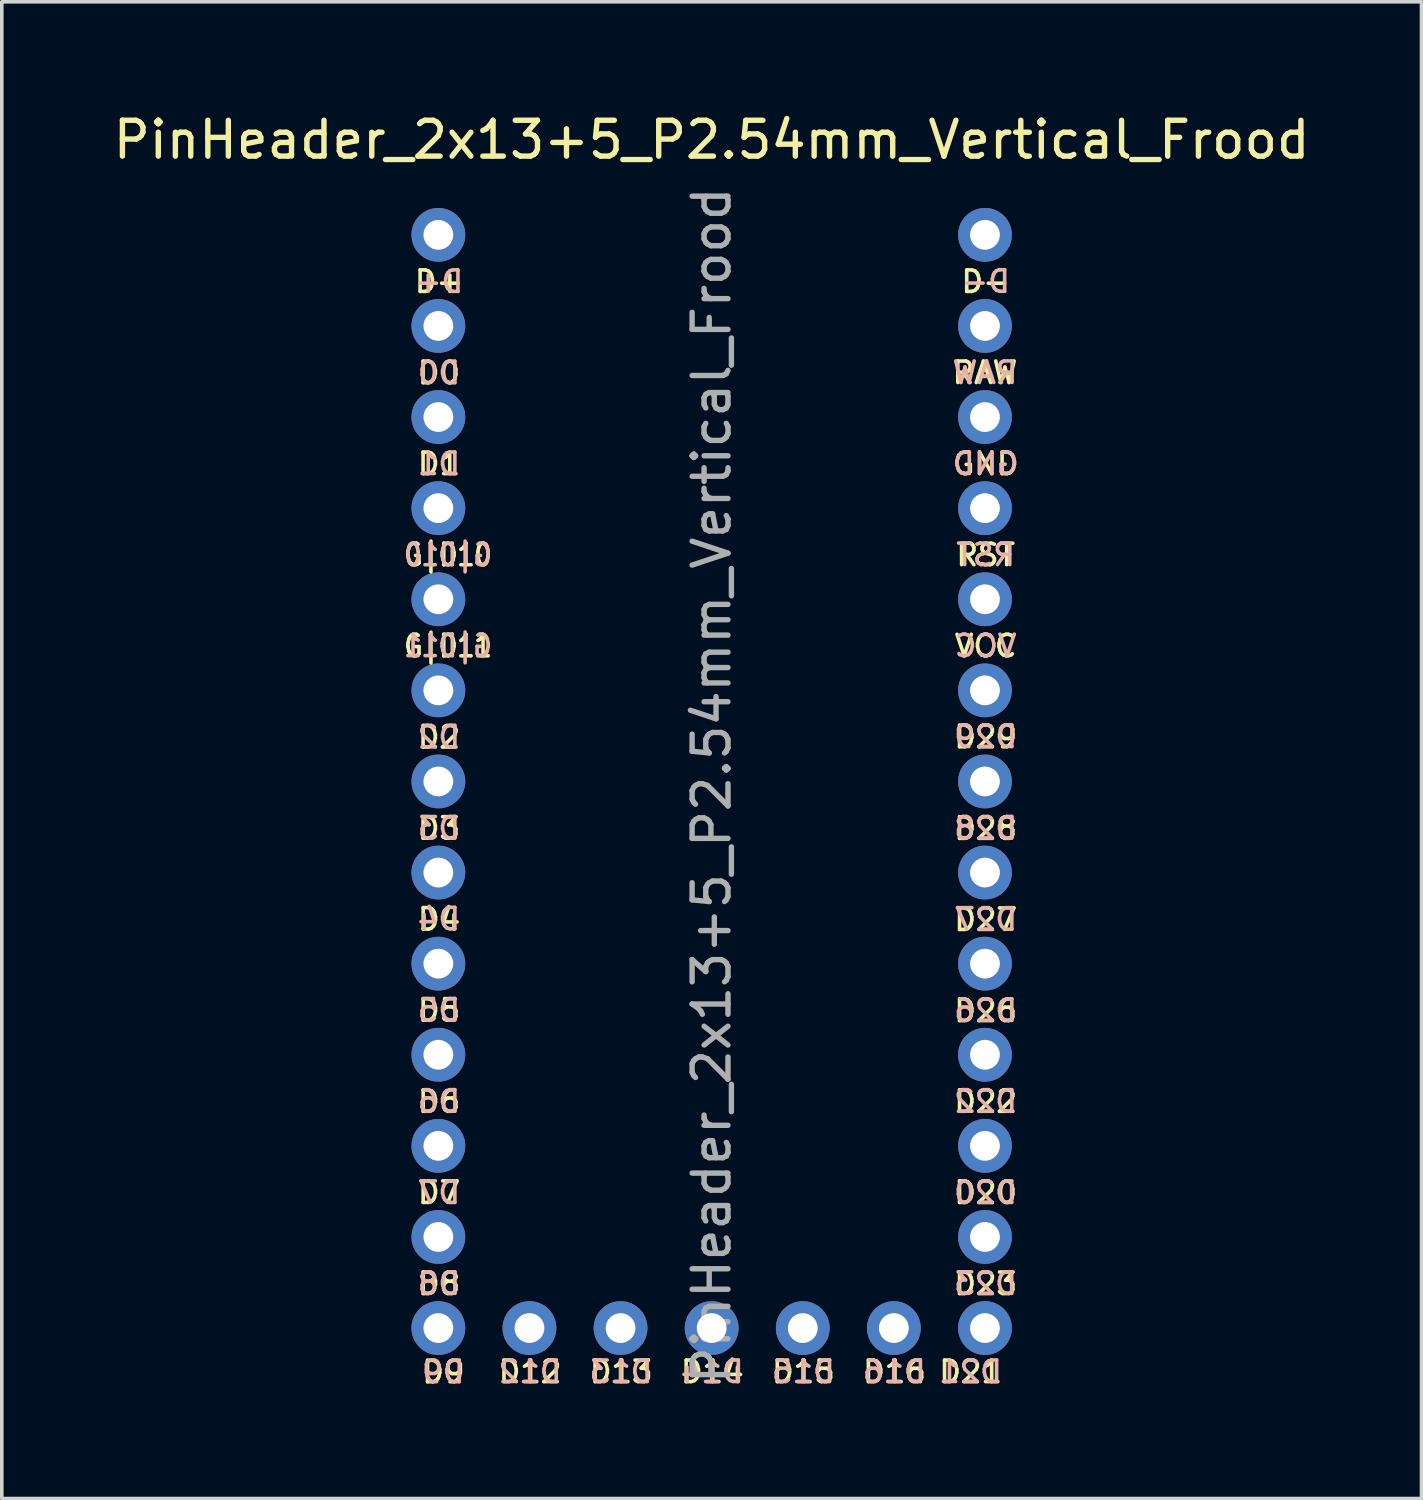
<source format=kicad_pcb>
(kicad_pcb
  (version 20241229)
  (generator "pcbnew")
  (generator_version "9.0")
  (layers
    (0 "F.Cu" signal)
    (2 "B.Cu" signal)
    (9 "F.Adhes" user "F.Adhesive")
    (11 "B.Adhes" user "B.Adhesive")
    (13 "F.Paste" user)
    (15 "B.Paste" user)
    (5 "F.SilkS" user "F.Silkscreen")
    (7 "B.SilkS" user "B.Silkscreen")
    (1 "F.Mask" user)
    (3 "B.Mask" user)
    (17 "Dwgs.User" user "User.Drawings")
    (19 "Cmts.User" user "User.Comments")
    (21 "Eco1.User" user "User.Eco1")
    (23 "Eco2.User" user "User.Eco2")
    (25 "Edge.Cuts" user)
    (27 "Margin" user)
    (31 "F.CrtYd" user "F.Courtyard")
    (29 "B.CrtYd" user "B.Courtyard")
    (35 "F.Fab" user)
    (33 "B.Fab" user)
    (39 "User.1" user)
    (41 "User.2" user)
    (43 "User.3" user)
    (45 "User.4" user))
  (footprint "PinHeader_2x13+5_P2.54mm_Vertical_Frood"
    (layer "F.Cu")
    (at 16.792 3.498)
    (property "Reference" "PinHeader_2x13+5_P2.54mm_Vertical_Frood" (at 0 -2.65 0) (layer "F.SilkS") (effects (font (size 1 1) (thickness 0.15))))
    (attr through_hole exclude_from_pos_files exclude_from_bom)
    (fp_text user "D15" (at 2.558 31.7 0) (layer "F.SilkS") (effects (font (size 0.6 0.6) (thickness 0.1))))
    (fp_text user "D1" (at -7.603 6.384 0) (layer "F.SilkS") (effects (font (size 0.6 0.6) (thickness 0.1))))
    (fp_text user "D16" (at 5.098 31.7 0) (layer "F.SilkS") (effects (font (size 0.6 0.6) (thickness 0.1))))
    (fp_text user "D26" (at 7.64 21.633 0) (layer "F.SilkS") (effects (font (size 0.6 0.6) (thickness 0.1))))
    (fp_text user "D4" (at -7.6 19.084 0) (layer "F.SilkS") (effects (font (size 0.6 0.6) (thickness 0.1))))
    (fp_text user "D6" (at -7.6 24.164 0) (layer "F.SilkS") (effects (font (size 0.6 0.6) (thickness 0.1))))
    (fp_text user "D3" (at -7.603 16.549 0) (layer "F.SilkS") (effects (font (size 0.6 0.6) (thickness 0.1))))
    (fp_text user "RAW" (at 7.62 3.844 0) (layer "F.SilkS") (effects (font (size 0.6 0.6) (thickness 0.1))))
    (fp_text user "D21" (at 7.221 31.7 0) (layer "F.SilkS") (effects (font (size 0.6 0.6) (thickness 0.1))))
    (fp_text user "D22" (at 7.64 24.164 0) (layer "F.SilkS") (effects (font (size 0.6 0.6) (thickness 0.1))))
    (fp_text user "D12" (at -5.062 31.7 0) (layer "F.SilkS") (effects (font (size 0.6 0.6) (thickness 0.1))))
    (fp_text user "D29" (at 7.64 13.999 0) (layer "F.SilkS") (effects (font (size 0.6 0.6) (thickness 0.1))))
    (fp_text user "D2" (at -7.603 14.007 0) (layer "F.SilkS") (effects (font (size 0.6 0.6) (thickness 0.1))))
    (fp_text user "D28" (at 7.64 16.553 0) (layer "F.SilkS") (effects (font (size 0.6 0.6) (thickness 0.1))))
    (fp_text user "D7" (at -7.6 26.704 0) (layer "F.SilkS") (effects (font (size 0.6 0.6) (thickness 0.1))))
    (fp_text user "D5" (at -7.6 21.624 0) (layer "F.SilkS") (effects (font (size 0.6 0.6) (thickness 0.1))))
    (fp_text user "D-" (at 7.64 1.304 0) (layer "F.SilkS") (effects (font (size 0.6 0.6) (thickness 0.1))))
    (fp_text user "G|D11" (at -7.35 11.464 0) (layer "F.SilkS") (effects (font (size 0.6 0.5) (thickness 0.1))))
    (fp_text user "VCC" (at 7.64 11.464 0) (layer "F.SilkS") (effects (font (size 0.6 0.6) (thickness 0.1))))
    (fp_text user "D27" (at 7.64 19.093 0) (layer "F.SilkS") (effects (font (size 0.6 0.6) (thickness 0.1))))
    (fp_text user "D13" (at -2.522 31.7 0) (layer "F.SilkS") (effects (font (size 0.6 0.6) (thickness 0.1))))
    (fp_text user "D8" (at -7.6 29.244 0) (layer "F.SilkS") (effects (font (size 0.6 0.6) (thickness 0.1))))
    (fp_text user "D14" (at 0.018 31.7 0) (layer "F.SilkS") (effects (font (size 0.6 0.6) (thickness 0.1))))
    (fp_text user "RST" (at 7.64 8.924 0) (layer "F.SilkS") (effects (font (size 0.6 0.6) (thickness 0.1))))
    (fp_text user "G|D10" (at -7.35 8.924 0) (layer "F.SilkS") (effects (font (size 0.6 0.5) (thickness 0.1))))
    (fp_text user "GND" (at 7.64 6.384 0) (layer "F.SilkS") (effects (font (size 0.6 0.6) (thickness 0.1))))
    (fp_text user "D+" (at -7.6 1.304 0) (layer "F.SilkS") (effects (font (size 0.6 0.6) (thickness 0.1))))
    (fp_text user "D9" (at -7.479 31.705 0) (layer "F.SilkS") (effects (font (size 0.6 0.6) (thickness 0.1))))
    (fp_text user "D23" (at 7.64 29.244 0) (layer "F.SilkS") (effects (font (size 0.6 0.6) (thickness 0.1))))
    (fp_text user "D20" (at 7.64 26.704 0) (layer "F.SilkS") (effects (font (size 0.6 0.6) (thickness 0.1))))
    (fp_text user "D0" (at -7.603 3.849 0) (layer "F.SilkS") (effects (font (size 0.6 0.6) (thickness 0.1))))
    (fp_text user "D1" (at -7.603 6.381 0) (layer "B.SilkS") (effects (font (size 0.6 0.6) (thickness 0.1)) (justify mirror)))
    (fp_text user "D4" (at -7.603 19.077 0) (layer "B.SilkS") (effects (font (size 0.6 0.6) (thickness 0.1)) (justify mirror)))
    (fp_text user "D14" (at 0.014 31.697 0) (layer "B.SilkS") (effects (font (size 0.6 0.6) (thickness 0.1)) (justify mirror)))
    (fp_text user "VCC" (at 7.638 11.46 0) (layer "B.SilkS") (effects (font (size 0.6 0.6) (thickness 0.1)) (justify mirror)))
    (fp_text user "D28" (at 7.64 16.544 0) (layer "B.SilkS") (effects (font (size 0.6 0.6) (thickness 0.1)) (justify mirror)))
    (fp_text user "D27" (at 7.64 19.086 0) (layer "B.SilkS") (effects (font (size 0.6 0.6) (thickness 0.1)) (justify mirror)))
    (fp_text user "D22" (at 7.638 24.161 0) (layer "B.SilkS") (effects (font (size 0.6 0.6) (thickness 0.1)) (justify mirror)))
    (fp_text user "D16" (at 5.091 31.697 0) (layer "B.SilkS") (effects (font (size 0.6 0.6) (thickness 0.1)) (justify mirror)))
    (fp_text user "D5" (at -7.603 21.619 0) (layer "B.SilkS") (effects (font (size 0.6 0.6) (thickness 0.1)) (justify mirror)))
    (fp_text user "G|D10" (at -7.35 8.924 0) (layer "B.SilkS") (effects (font (size 0.6 0.5) (thickness 0.1)) (justify mirror)))
    (fp_text user "D21" (at 7.216 31.697 0) (layer "B.SilkS") (effects (font (size 0.6 0.6) (thickness 0.1)) (justify mirror)))
    (fp_text user "D12" (at -5.062 31.697 0) (layer "B.SilkS") (effects (font (size 0.6 0.6) (thickness 0.1)) (justify mirror)))
    (fp_text user "G|D11" (at -7.35 11.458 0) (layer "B.SilkS") (effects (font (size 0.6 0.5) (thickness 0.1)) (justify mirror)))
    (fp_text user "RAW" (at 7.62 3.842 0) (layer "B.SilkS") (effects (font (size 0.6 0.6) (thickness 0.1)) (justify mirror)))
    (fp_text user "D8" (at -7.603 29.238 0) (layer "B.SilkS") (effects (font (size 0.6 0.6) (thickness 0.1)) (justify mirror)))
    (fp_text user "D23" (at 7.635 29.238 0) (layer "B.SilkS") (effects (font (size 0.6 0.6) (thickness 0.1)) (justify mirror)))
    (fp_text user "D0" (at -7.603 3.849 0) (layer "B.SilkS") (effects (font (size 0.6 0.6) (thickness 0.1)) (justify mirror)))
    (fp_text user "D7" (at -7.603 26.704 0) (layer "B.SilkS") (effects (font (size 0.6 0.6) (thickness 0.1)) (justify mirror)))
    (fp_text user "D-" (at 7.64 1.3 0) (layer "B.SilkS") (effects (font (size 0.6 0.6) (thickness 0.1)) (justify mirror)))
    (fp_text user "GND" (at 7.64 6.378 0) (layer "B.SilkS") (effects (font (size 0.6 0.6) (thickness 0.1)) (justify mirror)))
    (fp_text user "D2" (at -7.603 14.004 0) (layer "B.SilkS") (effects (font (size 0.6 0.6) (thickness 0.1)) (justify mirror)))
    (fp_text user "D20" (at 7.635 26.704 0) (layer "B.SilkS") (effects (font (size 0.6 0.6) (thickness 0.1)) (justify mirror)))
    (fp_text user "D6" (at -7.603 24.161 0) (layer "B.SilkS") (effects (font (size 0.6 0.6) (thickness 0.1)) (justify mirror)))
    (fp_text user "D13" (at -2.528 31.697 0) (layer "B.SilkS") (effects (font (size 0.6 0.6) (thickness 0.1)) (justify mirror)))
    (fp_text user "D15" (at 2.557 31.697 0) (layer "B.SilkS") (effects (font (size 0.6 0.6) (thickness 0.1)) (justify mirror)))
    (fp_text user "D26" (at 7.64 21.628 0) (layer "B.SilkS") (effects (font (size 0.6 0.6) (thickness 0.1)) (justify mirror)))
    (fp_text user "D+" (at -7.603 1.303 0) (layer "B.SilkS") (effects (font (size 0.6 0.6) (thickness 0.1)) (justify mirror)))
    (fp_text user "D29" (at 7.64 13.992 0) (layer "B.SilkS") (effects (font (size 0.6 0.6) (thickness 0.1)) (justify mirror)))
    (fp_text user "D9" (at -7.482 31.702 0) (layer "B.SilkS") (effects (font (size 0.6 0.6) (thickness 0.1)) (justify mirror)))
    (fp_text user "D3" (at -7.603 16.545 0) (layer "B.SilkS") (effects (font (size 0.6 0.6) (thickness 0.1)) (justify mirror)))
    (fp_text user "RST" (at 7.64 8.92 0) (layer "B.SilkS") (effects (font (size 0.6 0.6) (thickness 0.1)) (justify mirror)))
    (fp_text user "${REFERENCE}" (at 0 15.35 90) (layer "F.Fab") (effects (font (size 1 1) (thickness 0.15))))
    (pad "1" thru_hole oval (at -7.62 0) (size 1.5 1.5) (drill 0.83) (layers "*.Cu" "*.Mask"))
    (pad "2" thru_hole oval (at -7.62 2.54) (size 1.5 1.5) (drill 0.83) (layers "*.Cu" "*.Mask"))
    (pad "3" thru_hole oval (at -7.62 5.08) (size 1.5 1.5) (drill 0.83) (layers "*.Cu" "*.Mask"))
    (pad "4" thru_hole oval (at -7.62 7.62 45) (size 1.5 1.5) (drill 0.83) (layers "*.Cu" "*.Mask"))
    (pad "5" thru_hole oval (at -7.62 10.16 45) (size 1.5 1.5) (drill 0.83) (layers "*.Cu" "*.Mask"))
    (pad "6" thru_hole oval (at -7.62 12.7) (size 1.5 1.5) (drill 0.83) (layers "*.Cu" "*.Mask"))
    (pad "7" thru_hole oval (at -7.62 15.24) (size 1.5 1.5) (drill 0.83) (layers "*.Cu" "*.Mask"))
    (pad "8" thru_hole oval (at -7.62 17.78) (size 1.5 1.5) (drill 0.83) (layers "*.Cu" "*.Mask"))
    (pad "9" thru_hole oval (at -7.62 20.32) (size 1.5 1.5) (drill 0.83) (layers "*.Cu" "*.Mask"))
    (pad "10" thru_hole oval (at -7.62 22.86) (size 1.5 1.5) (drill 0.83) (layers "*.Cu" "*.Mask"))
    (pad "11" thru_hole oval (at -7.62 25.4) (size 1.5 1.5) (drill 0.83) (layers "*.Cu" "*.Mask"))
    (pad "12" thru_hole oval (at -7.62 27.94) (size 1.5 1.5) (drill 0.83) (layers "*.Cu" "*.Mask"))
    (pad "13" thru_hole oval (at -7.62 30.48) (size 1.5 1.5) (drill 0.83) (layers "*.Cu" "*.Mask"))
    (pad "14" thru_hole oval (at -5.08 30.48) (size 1.5 1.5) (drill 0.83) (layers "*.Cu" "*.Mask"))
    (pad "15" thru_hole oval (at -2.54 30.48) (size 1.5 1.5) (drill 0.83) (layers "*.Cu" "*.Mask"))
    (pad "16" thru_hole oval (at 0 30.48) (size 1.5 1.5) (drill 0.83) (layers "*.Cu" "*.Mask"))
    (pad "17" thru_hole oval (at 2.54 30.48) (size 1.5 1.5) (drill 0.83) (layers "*.Cu" "*.Mask"))
    (pad "18" thru_hole oval (at 5.08 30.48) (size 1.5 1.5) (drill 0.83) (layers "*.Cu" "*.Mask"))
    (pad "19" thru_hole oval (at 7.62 30.48) (size 1.5 1.5) (drill 0.83) (layers "*.Cu" "*.Mask"))
    (pad "20" thru_hole oval (at 7.62 27.94) (size 1.5 1.5) (drill 0.83) (layers "*.Cu" "*.Mask"))
    (pad "21" thru_hole oval (at 7.62 25.4) (size 1.5 1.5) (drill 0.83) (layers "*.Cu" "*.Mask"))
    (pad "22" thru_hole oval (at 7.62 22.86) (size 1.5 1.5) (drill 0.83) (layers "*.Cu" "*.Mask"))
    (pad "23" thru_hole oval (at 7.62 20.32) (size 1.5 1.5) (drill 0.83) (layers "*.Cu" "*.Mask"))
    (pad "24" thru_hole oval (at 7.62 17.78) (size 1.5 1.5) (drill 0.83) (layers "*.Cu" "*.Mask"))
    (pad "25" thru_hole oval (at 7.62 15.24) (size 1.5 1.5) (drill 0.83) (layers "*.Cu" "*.Mask"))
    (pad "26" thru_hole oval (at 7.62 12.7) (size 1.5 1.5) (drill 0.83) (layers "*.Cu" "*.Mask"))
    (pad "27" thru_hole oval (at 7.62 10.16) (size 1.5 1.5) (drill 0.83) (layers "*.Cu" "*.Mask"))
    (pad "28" thru_hole oval (at 7.62 7.62) (size 1.5 1.5) (drill 0.83) (layers "*.Cu" "*.Mask"))
    (pad "29" thru_hole oval (at 7.62 5.08 45) (size 1.5 1.5) (drill 0.83) (layers "*.Cu" "*.Mask"))
    (pad "30" thru_hole oval (at 7.62 2.54) (size 1.5 1.5) (drill 0.83) (layers "*.Cu" "*.Mask"))
    (pad "31" thru_hole oval (at 7.62 0) (size 1.5 1.5) (drill 0.83) (layers "*.Cu" "*.Mask")))
  (gr_rect
    (start -3 -3)
    (end 36.583 38.73)
    (stroke (width 0.1) (type default))
    (fill no)
    (layer "Edge.Cuts")))
</source>
